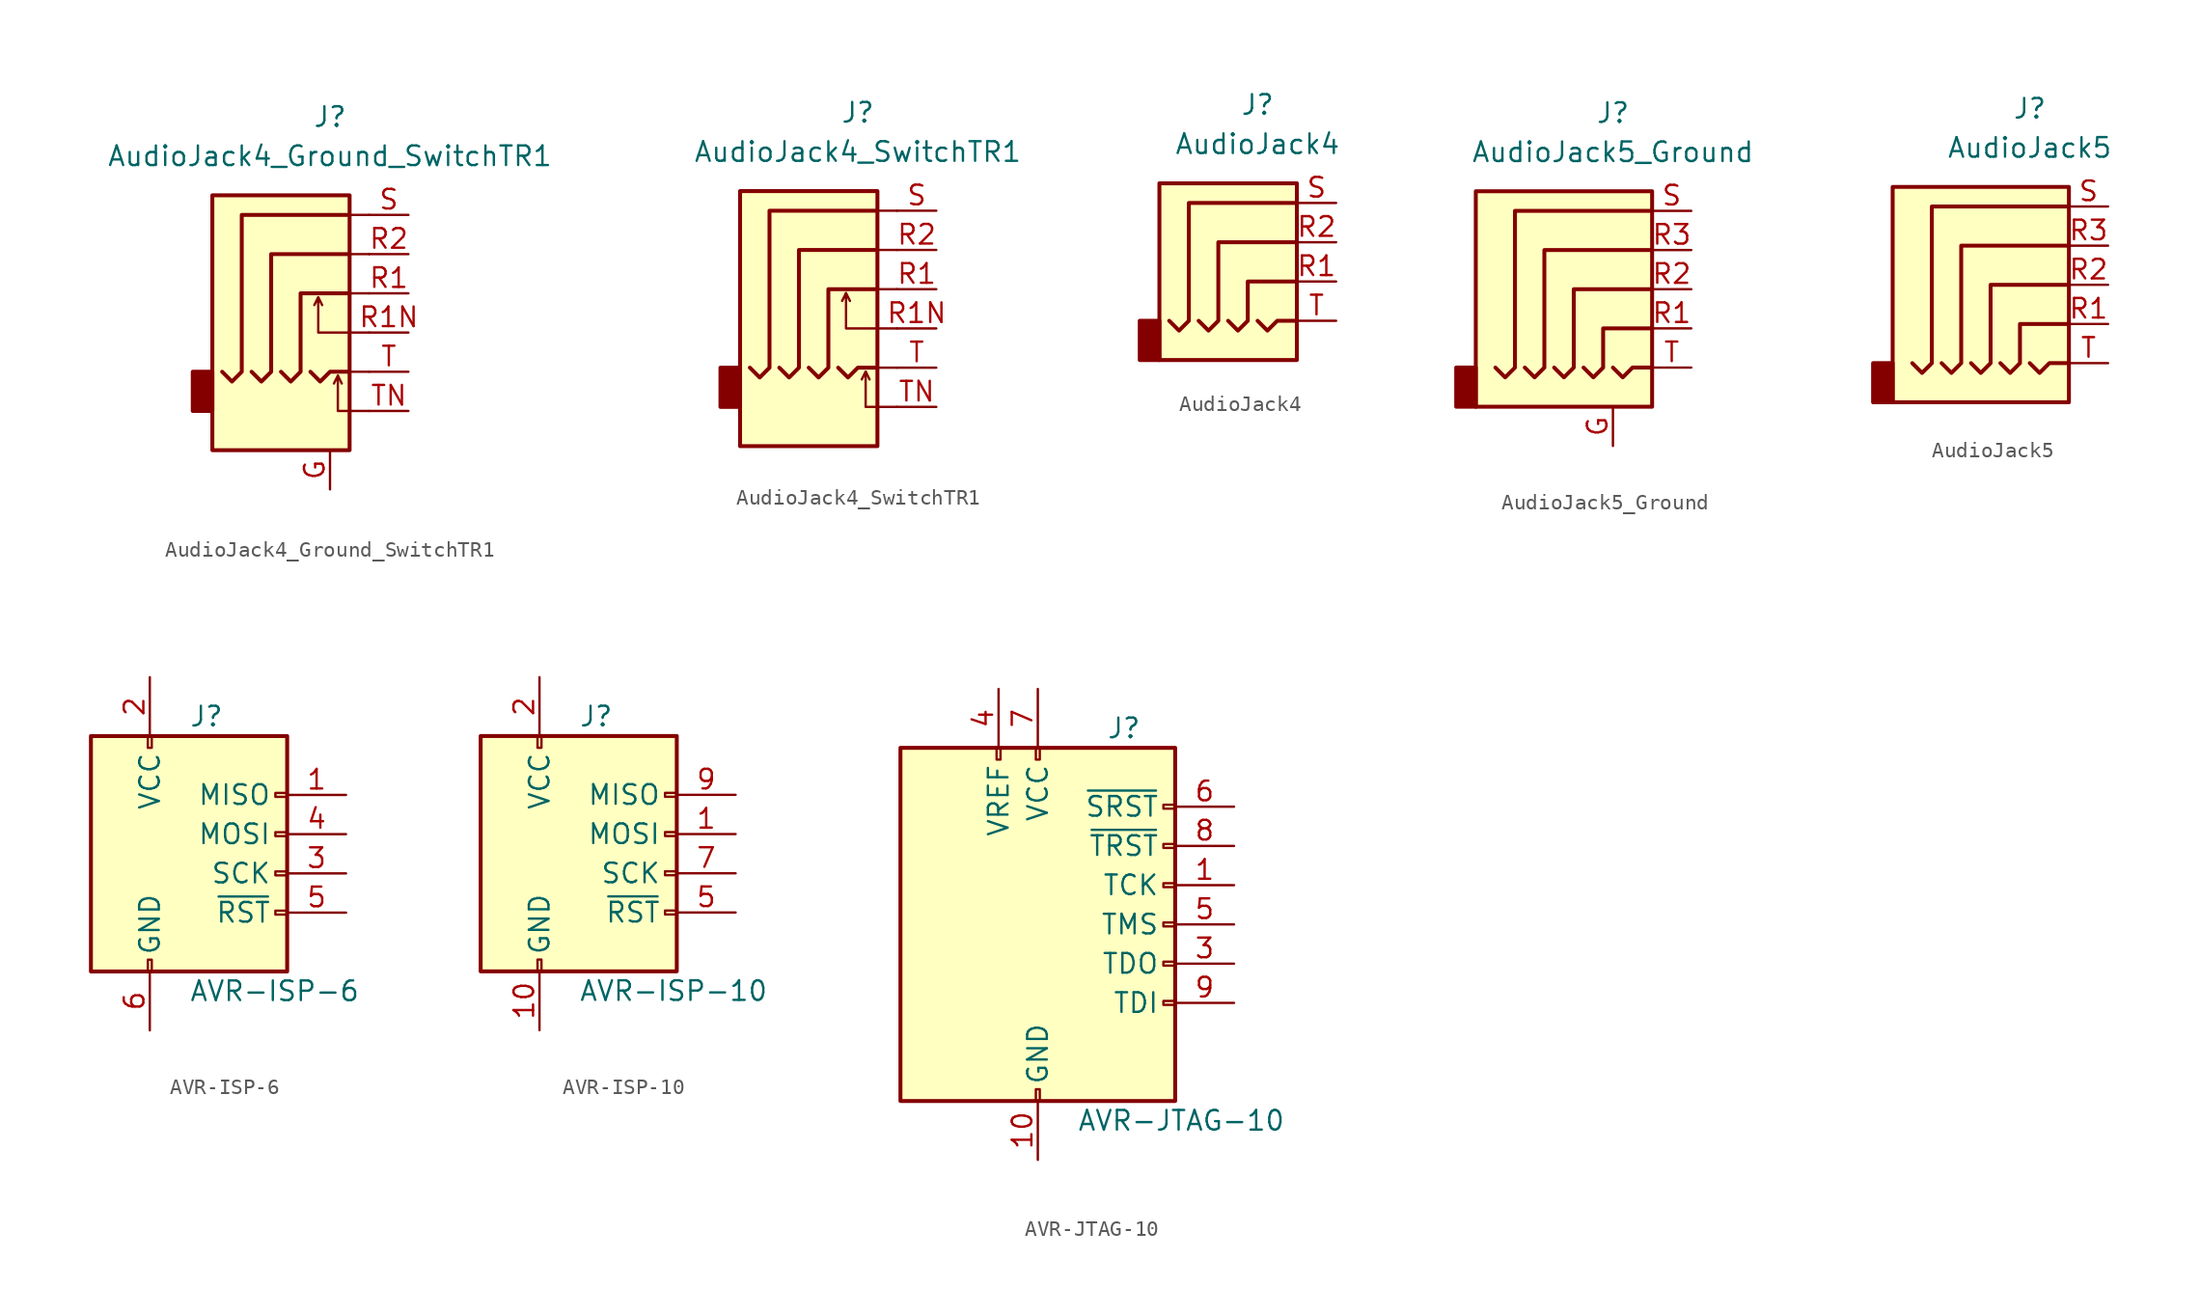
<source format=kicad_sym>
(kicad_symbol_lib
  (version 20201005)
  (generator kicad_symbol_editor)
  (symbol "AudioJack4_Ground_SwitchTR1"
    (property "Reference" "J"
      (at 0 11.43 0)
      (effects (font (size 1.27 1.27))))
    (property "Value" "AudioJack4_Ground_SwitchTR1"
      (at 0 8.89 0)
      (effects (font (size 1.27 1.27))))
    (symbol "AudioJack4_Ground_SwitchTR1_0_1"
      (rectangle (start -7.62 -5.08) (end -8.89 -7.62) (stroke (width 0.254)) (fill (type outline)))
      (rectangle (start 1.27 6.35) (end -7.62 -10.16) (stroke (width 0.254)) (fill (type background)))
      (polyline (pts (xy 1.27 2.54) (xy 2.54 2.54)) (stroke (width 0)) (fill (type none)))
      (polyline (pts (xy 2.54 -5.08) (xy 1.27 -5.08)) (stroke (width 0)) (fill (type none)))
      (polyline (pts (xy 2.54 0) (xy 1.27 0)) (stroke (width 0)) (fill (type none)))
      (polyline (pts (xy 2.54 5.08) (xy 1.27 5.08)) (stroke (width 0)) (fill (type none))))
    (symbol "AudioJack4_Ground_SwitchTR1_1_1"
      (polyline (pts (xy -0.762 -0.254) (xy -0.508 -0.762)) (stroke (width 0)) (fill (type none)))
      (polyline (pts (xy 0.508 -5.334) (xy 0.762 -5.842)) (stroke (width 0)) (fill (type none)))
      (polyline (pts (xy -1.27 -5.08) (xy -0.635 -5.715) (xy 0 -5.08) (xy 1.27 -5.08)) (stroke (width 0.254)) (fill (type none)))
      (polyline (pts (xy 2.54 -7.62) (xy 0.508 -7.62) (xy 0.508 -5.334) (xy 0.254 -5.842)) (stroke (width 0)) (fill (type none)))
      (polyline (pts (xy 2.54 -2.54) (xy -0.762 -2.54) (xy -0.762 -0.254) (xy -1.016 -0.762)) (stroke (width 0)) (fill (type none)))
      (polyline (pts (xy -3.175 -5.08) (xy -2.54 -5.715) (xy -1.905 -5.08) (xy -1.905 0) (xy 1.27 0)) (stroke (width 0.254)) (fill (type none)))
      (polyline (pts (xy 1.27 2.54) (xy -3.81 2.54) (xy -3.81 -5.08) (xy -4.445 -5.715) (xy -5.08 -5.08)) (stroke (width 0.254)) (fill (type none)))
      (polyline (pts (xy 1.27 5.08) (xy -5.715 5.08) (xy -5.715 -5.08) (xy -6.35 -5.715) (xy -6.985 -5.08)) (stroke (width 0.254)) (fill (type none)))
      (pin passive line (at 0 -12.7 90) (length 2.54) (name "~" (effects (font (size 1.27 1.27)))) (number "G" (effects (font (size 1.27 1.27)))))
      (pin passive line (at 5.08 0 180) (length 2.54) (name "~" (effects (font (size 1.27 1.27)))) (number "R1" (effects (font (size 1.27 1.27)))))
      (pin passive line (at 5.08 -2.54 180) (length 2.54) (name "~" (effects (font (size 1.27 1.27)))) (number "R1N" (effects (font (size 1.27 1.27)))))
      (pin passive line (at 5.08 2.54 180) (length 2.54) (name "~" (effects (font (size 1.27 1.27)))) (number "R2" (effects (font (size 1.27 1.27)))))
      (pin passive line (at 5.08 5.08 180) (length 2.54) (name "~" (effects (font (size 1.27 1.27)))) (number "S" (effects (font (size 1.27 1.27)))))
      (pin passive line (at 5.08 -5.08 180) (length 2.54) (name "~" (effects (font (size 1.27 1.27)))) (number "T" (effects (font (size 1.27 1.27)))))
      (pin passive line (at 5.08 -7.62 180) (length 2.54) (name "~" (effects (font (size 1.27 1.27)))) (number "TN" (effects (font (size 1.27 1.27)))))))
  (symbol "AudioJack4_SwitchTR1"
    (property "Reference" "J"
      (at 0 11.43 0)
      (effects (font (size 1.27 1.27))))
    (property "Value" "AudioJack4_SwitchTR1"
      (at 0 8.89 0)
      (effects (font (size 1.27 1.27))))
    (symbol "AudioJack4_SwitchTR1_0_1"
      (rectangle (start -7.62 -5.08) (end -8.89 -7.62) (stroke (width 0.254)) (fill (type outline)))
      (rectangle (start 1.27 6.35) (end -7.62 -10.16) (stroke (width 0.254)) (fill (type background)))
      (polyline (pts (xy 1.27 -5.08) (xy 2.54 -5.08)) (stroke (width 0)) (fill (type none)))
      (polyline (pts (xy 1.27 2.54) (xy 2.54 2.54)) (stroke (width 0)) (fill (type none)))
      (polyline (pts (xy 2.54 0) (xy 1.27 0)) (stroke (width 0)) (fill (type none)))
      (polyline (pts (xy 2.54 5.08) (xy 1.27 5.08)) (stroke (width 0)) (fill (type none))))
    (symbol "AudioJack4_SwitchTR1_1_1"
      (polyline (pts (xy -0.762 -0.254) (xy -0.508 -0.762)) (stroke (width 0)) (fill (type none)))
      (polyline (pts (xy 0.508 -5.334) (xy 0.762 -5.842)) (stroke (width 0)) (fill (type none)))
      (polyline (pts (xy -1.27 -5.08) (xy -0.635 -5.715) (xy 0 -5.08) (xy 1.27 -5.08)) (stroke (width 0.254)) (fill (type none)))
      (polyline (pts (xy 2.54 -7.62) (xy 0.508 -7.62) (xy 0.508 -5.334) (xy 0.254 -5.842)) (stroke (width 0)) (fill (type none)))
      (polyline (pts (xy 2.54 -2.54) (xy -0.762 -2.54) (xy -0.762 -0.254) (xy -1.016 -0.762)) (stroke (width 0)) (fill (type none)))
      (polyline (pts (xy -3.175 -5.08) (xy -2.54 -5.715) (xy -1.905 -5.08) (xy -1.905 0) (xy 1.27 0)) (stroke (width 0.254)) (fill (type none)))
      (polyline (pts (xy 1.27 2.54) (xy -3.81 2.54) (xy -3.81 -5.08) (xy -4.445 -5.715) (xy -5.08 -5.08)) (stroke (width 0.254)) (fill (type none)))
      (polyline (pts (xy 1.27 5.08) (xy -5.715 5.08) (xy -5.715 -5.08) (xy -6.35 -5.715) (xy -6.985 -5.08)) (stroke (width 0.254)) (fill (type none)))
      (pin passive line (at 5.08 0 180) (length 2.54) (name "~" (effects (font (size 1.27 1.27)))) (number "R1" (effects (font (size 1.27 1.27)))))
      (pin passive line (at 5.08 -2.54 180) (length 2.54) (name "~" (effects (font (size 1.27 1.27)))) (number "R1N" (effects (font (size 1.27 1.27)))))
      (pin passive line (at 5.08 2.54 180) (length 2.54) (name "~" (effects (font (size 1.27 1.27)))) (number "R2" (effects (font (size 1.27 1.27)))))
      (pin passive line (at 5.08 5.08 180) (length 2.54) (name "~" (effects (font (size 1.27 1.27)))) (number "S" (effects (font (size 1.27 1.27)))))
      (pin passive line (at 5.08 -5.08 180) (length 2.54) (name "~" (effects (font (size 1.27 1.27)))) (number "T" (effects (font (size 1.27 1.27)))))
      (pin passive line (at 5.08 -7.62 180) (length 2.54) (name "~" (effects (font (size 1.27 1.27)))) (number "TN" (effects (font (size 1.27 1.27)))))))
  (symbol "AudioJack4"
    (property "Reference" "J"
      (at 0 8.89 0)
      (effects (font (size 1.27 1.27))))
    (property "Value" "AudioJack4"
      (at 0 6.35 0)
      (effects (font (size 1.27 1.27))))
    (symbol "AudioJack4_0_1"
      (rectangle (start -6.35 -5.08) (end -7.62 -7.62) (stroke (width 0.254)) (fill (type outline)))
      (rectangle (start 2.54 3.81) (end -6.35 -7.62) (stroke (width 0.254)) (fill (type background)))
      (polyline (pts (xy 0 -5.08) (xy 0.635 -5.715) (xy 1.27 -5.08) (xy 2.54 -5.08)) (stroke (width 0.254)) (fill (type none)))
      (polyline (pts (xy -5.715 -5.08) (xy -5.08 -5.715) (xy -4.445 -5.08) (xy -4.445 2.54) (xy 2.54 2.54)) (stroke (width 0.254)) (fill (type none)))
      (polyline (pts (xy -1.905 -5.08) (xy -1.27 -5.715) (xy -0.635 -5.08) (xy -0.635 -2.54) (xy 2.54 -2.54)) (stroke (width 0.254)) (fill (type none)))
      (polyline (pts (xy 2.54 0) (xy -2.54 0) (xy -2.54 -5.08) (xy -3.175 -5.715) (xy -3.81 -5.08)) (stroke (width 0.254)) (fill (type none))))
    (symbol "AudioJack4_1_1"
      (pin passive line (at 5.08 -2.54 180) (length 2.54) (name "~" (effects (font (size 1.27 1.27)))) (number "R1" (effects (font (size 1.27 1.27)))))
      (pin passive line (at 5.08 0 180) (length 2.54) (name "~" (effects (font (size 1.27 1.27)))) (number "R2" (effects (font (size 1.27 1.27)))))
      (pin passive line (at 5.08 2.54 180) (length 2.54) (name "~" (effects (font (size 1.27 1.27)))) (number "S" (effects (font (size 1.27 1.27)))))
      (pin passive line (at 5.08 -5.08 180) (length 2.54) (name "~" (effects (font (size 1.27 1.27)))) (number "T" (effects (font (size 1.27 1.27)))))))
  (symbol "AudioJack5_Ground"
    (property "Reference" "J"
      (at 0 11.43 0)
      (effects (font (size 1.27 1.27))))
    (property "Value" "AudioJack5_Ground"
      (at 0 8.89 0)
      (effects (font (size 1.27 1.27))))
    (symbol "AudioJack5_Ground_0_1"
      (rectangle (start -8.89 -5.08) (end -10.16 -7.62) (stroke (width 0.254)) (fill (type outline)))
      (rectangle (start 2.54 6.35) (end -8.89 -7.62) (stroke (width 0.254)) (fill (type background)))
      (polyline (pts (xy 0 -5.08) (xy 0.635 -5.715) (xy 1.27 -5.08) (xy 2.54 -5.08)) (stroke (width 0.254)) (fill (type none)))
      (polyline (pts (xy -5.715 -5.08) (xy -5.08 -5.715) (xy -4.445 -5.08) (xy -4.445 2.54) (xy 2.54 2.54)) (stroke (width 0.254)) (fill (type none)))
      (polyline (pts (xy -1.905 -5.08) (xy -1.27 -5.715) (xy -0.635 -5.08) (xy -0.635 -2.54) (xy 2.54 -2.54)) (stroke (width 0.254)) (fill (type none)))
      (polyline (pts (xy 2.54 0) (xy -2.54 0) (xy -2.54 -5.08) (xy -3.175 -5.715) (xy -3.81 -5.08)) (stroke (width 0.254)) (fill (type none)))
      (polyline (pts (xy 2.54 5.08) (xy -6.35 5.08) (xy -6.35 -5.08) (xy -6.985 -5.715) (xy -7.62 -5.08)) (stroke (width 0.254)) (fill (type none))))
    (symbol "AudioJack5_Ground_1_1"
      (pin passive line (at 0 -10.16 90) (length 2.54) (name "~" (effects (font (size 1.27 1.27)))) (number "G" (effects (font (size 1.27 1.27)))))
      (pin passive line (at 5.08 -2.54 180) (length 2.54) (name "~" (effects (font (size 1.27 1.27)))) (number "R1" (effects (font (size 1.27 1.27)))))
      (pin passive line (at 5.08 0 180) (length 2.54) (name "~" (effects (font (size 1.27 1.27)))) (number "R2" (effects (font (size 1.27 1.27)))))
      (pin passive line (at 5.08 2.54 180) (length 2.54) (name "~" (effects (font (size 1.27 1.27)))) (number "R3" (effects (font (size 1.27 1.27)))))
      (pin passive line (at 5.08 5.08 180) (length 2.54) (name "~" (effects (font (size 1.27 1.27)))) (number "S" (effects (font (size 1.27 1.27)))))
      (pin passive line (at 5.08 -5.08 180) (length 2.54) (name "~" (effects (font (size 1.27 1.27)))) (number "T" (effects (font (size 1.27 1.27)))))))
  (symbol "AudioJack5"
    (property "Reference" "J"
      (at 0 11.43 0)
      (effects (font (size 1.27 1.27))))
    (property "Value" "AudioJack5"
      (at 0 8.89 0)
      (effects (font (size 1.27 1.27))))
    (symbol "AudioJack5_0_1"
      (rectangle (start -8.89 -5.08) (end -10.16 -7.62) (stroke (width 0.254)) (fill (type outline)))
      (rectangle (start 2.54 6.35) (end -8.89 -7.62) (stroke (width 0.254)) (fill (type background)))
      (polyline (pts (xy 0 -5.08) (xy 0.635 -5.715) (xy 1.27 -5.08) (xy 2.54 -5.08)) (stroke (width 0.254)) (fill (type none)))
      (polyline (pts (xy -5.715 -5.08) (xy -5.08 -5.715) (xy -4.445 -5.08) (xy -4.445 2.54) (xy 2.54 2.54)) (stroke (width 0.254)) (fill (type none)))
      (polyline (pts (xy -1.905 -5.08) (xy -1.27 -5.715) (xy -0.635 -5.08) (xy -0.635 -2.54) (xy 2.54 -2.54)) (stroke (width 0.254)) (fill (type none)))
      (polyline (pts (xy 2.54 0) (xy -2.54 0) (xy -2.54 -5.08) (xy -3.175 -5.715) (xy -3.81 -5.08)) (stroke (width 0.254)) (fill (type none)))
      (polyline (pts (xy 2.54 5.08) (xy -6.35 5.08) (xy -6.35 -5.08) (xy -6.985 -5.715) (xy -7.62 -5.08)) (stroke (width 0.254)) (fill (type none))))
    (symbol "AudioJack5_1_1"
      (pin passive line (at 5.08 -2.54 180) (length 2.54) (name "~" (effects (font (size 1.27 1.27)))) (number "R1" (effects (font (size 1.27 1.27)))))
      (pin passive line (at 5.08 0 180) (length 2.54) (name "~" (effects (font (size 1.27 1.27)))) (number "R2" (effects (font (size 1.27 1.27)))))
      (pin passive line (at 5.08 2.54 180) (length 2.54) (name "~" (effects (font (size 1.27 1.27)))) (number "R3" (effects (font (size 1.27 1.27)))))
      (pin passive line (at 5.08 5.08 180) (length 2.54) (name "~" (effects (font (size 1.27 1.27)))) (number "S" (effects (font (size 1.27 1.27)))))
      (pin passive line (at 5.08 -5.08 180) (length 2.54) (name "~" (effects (font (size 1.27 1.27)))) (number "T" (effects (font (size 1.27 1.27)))))))
  (symbol "AVR-ISP-6"
    (pin_names
      (offset 1.016))
    (property "Reference" "J"
      (at 0 10.16 0)
      (effects (font (size 1.27 1.27)) (justify left)))
    (property "Value" "AVR-ISP-6"
      (at 0 -7.62 0)
      (effects (font (size 1.27 1.27)) (justify left)))
    (symbol "AVR-ISP-6_0_1"
      (rectangle (start -2.667 -5.588) (end -2.413 -6.35) (stroke (width 0)) (fill (type none)))
      (rectangle (start -2.667 8.89) (end -2.413 8.128) (stroke (width 0)) (fill (type none)))
      (rectangle (start 6.35 -2.413) (end 5.588 -2.667) (stroke (width 0)) (fill (type none)))
      (rectangle (start 6.35 0.127) (end 5.588 -0.127) (stroke (width 0)) (fill (type none)))
      (rectangle (start 6.35 2.667) (end 5.588 2.413) (stroke (width 0)) (fill (type none)))
      (rectangle (start 6.35 5.207) (end 5.588 4.953) (stroke (width 0)) (fill (type none)))
      (rectangle (start 6.35 8.89) (end -6.35 -6.35) (stroke (width 0.254)) (fill (type background))))
    (symbol "AVR-ISP-6_1_1"
      (pin passive line (at 10.16 5.08 180) (length 3.81) (name "MISO" (effects (font (size 1.27 1.27)))) (number "1" (effects (font (size 1.27 1.27)))))
      (pin power_in line (at -2.54 12.7 270) (length 3.81) (name "VCC" (effects (font (size 1.27 1.27)))) (number "2" (effects (font (size 1.27 1.27)))))
      (pin passive line (at 10.16 0 180) (length 3.81) (name "SCK" (effects (font (size 1.27 1.27)))) (number "3" (effects (font (size 1.27 1.27)))))
      (pin passive line (at 10.16 2.54 180) (length 3.81) (name "MOSI" (effects (font (size 1.27 1.27)))) (number "4" (effects (font (size 1.27 1.27)))))
      (pin passive line (at 10.16 -2.54 180) (length 3.81) (name "~RST" (effects (font (size 1.27 1.27)))) (number "5" (effects (font (size 1.27 1.27)))))
      (pin power_in line (at -2.54 -10.16 90) (length 3.81) (name "GND" (effects (font (size 1.27 1.27)))) (number "6" (effects (font (size 1.27 1.27)))))))
  (symbol "AVR-ISP-10"
    (pin_names
      (offset 1.016))
    (property "Reference" "J"
      (at 0 10.16 0)
      (effects (font (size 1.27 1.27)) (justify left)))
    (property "Value" "AVR-ISP-10"
      (at 0 -7.62 0)
      (effects (font (size 1.27 1.27)) (justify left)))
    (symbol "AVR-ISP-10_0_1"
      (rectangle (start -2.667 -5.588) (end -2.413 -6.35) (stroke (width 0)) (fill (type none)))
      (rectangle (start -2.667 8.89) (end -2.413 8.128) (stroke (width 0)) (fill (type none)))
      (rectangle (start 6.35 -2.413) (end 5.588 -2.667) (stroke (width 0)) (fill (type none)))
      (rectangle (start 6.35 0.127) (end 5.588 -0.127) (stroke (width 0)) (fill (type none)))
      (rectangle (start 6.35 2.667) (end 5.588 2.413) (stroke (width 0)) (fill (type none)))
      (rectangle (start 6.35 5.207) (end 5.588 4.953) (stroke (width 0)) (fill (type none)))
      (rectangle (start 6.35 8.89) (end -6.35 -6.35) (stroke (width 0.254)) (fill (type background))))
    (symbol "AVR-ISP-10_1_1"
      (pin passive line (at 10.16 2.54 180) (length 3.81) (name "MOSI" (effects (font (size 1.27 1.27)))) (number "1" (effects (font (size 1.27 1.27)))))
      (pin power_in line (at -2.54 -10.16 90) (length 3.81) (name "GND" (effects (font (size 1.27 1.27)))) (number "10" (effects (font (size 1.27 1.27)))))
      (pin power_in line (at -2.54 12.7 270) (length 3.81) (name "VCC" (effects (font (size 1.27 1.27)))) (number "2" (effects (font (size 1.27 1.27)))))
      (pin no_connect line (at 5.08 -5.08 180) (length 3.81) hide (name "NC" (effects (font (size 1.27 1.27)))) (number "3" (effects (font (size 1.27 1.27)))))
      (pin passive line (at -2.54 -10.16 90) (length 3.81) hide (name "GND" (effects (font (size 1.27 1.27)))) (number "4" (effects (font (size 1.27 1.27)))))
      (pin passive line (at 10.16 -2.54 180) (length 3.81) (name "~RST" (effects (font (size 1.27 1.27)))) (number "5" (effects (font (size 1.27 1.27)))))
      (pin passive line (at -2.54 -10.16 90) (length 3.81) hide (name "GND" (effects (font (size 1.27 1.27)))) (number "6" (effects (font (size 1.27 1.27)))))
      (pin passive line (at 10.16 0 180) (length 3.81) (name "SCK" (effects (font (size 1.27 1.27)))) (number "7" (effects (font (size 1.27 1.27)))))
      (pin passive line (at -2.54 -10.16 90) (length 3.81) hide (name "GND" (effects (font (size 1.27 1.27)))) (number "8" (effects (font (size 1.27 1.27)))))
      (pin passive line (at 10.16 5.08 180) (length 3.81) (name "MISO" (effects (font (size 1.27 1.27)))) (number "9" (effects (font (size 1.27 1.27)))))))
  (symbol "AVR-JTAG-10"
    (pin_names
      (offset 1.016))
    (property "Reference" "J"
      (at 4.445 12.7 0)
      (effects (font (size 1.27 1.27)) (justify left)))
    (property "Value" "AVR-JTAG-10"
      (at 2.54 -12.7 0)
      (effects (font (size 1.27 1.27)) (justify left)))
    (symbol "AVR-JTAG-10_0_1"
      (rectangle (start -2.667 11.43) (end -2.413 10.668) (stroke (width 0)) (fill (type none)))
      (rectangle (start -0.127 -10.668) (end 0.127 -11.43) (stroke (width 0)) (fill (type none)))
      (rectangle (start -0.127 11.43) (end 0.127 10.668) (stroke (width 0)) (fill (type none)))
      (rectangle (start 8.89 -4.953) (end 8.128 -5.207) (stroke (width 0)) (fill (type none)))
      (rectangle (start 8.89 -2.413) (end 8.128 -2.667) (stroke (width 0)) (fill (type none)))
      (rectangle (start 8.89 0.127) (end 8.128 -0.127) (stroke (width 0)) (fill (type none)))
      (rectangle (start 8.89 2.667) (end 8.128 2.413) (stroke (width 0)) (fill (type none)))
      (rectangle (start 8.89 5.207) (end 8.128 4.953) (stroke (width 0)) (fill (type none)))
      (rectangle (start 8.89 7.747) (end 8.128 7.493) (stroke (width 0)) (fill (type none)))
      (rectangle (start 8.89 11.43) (end -8.89 -11.43) (stroke (width 0.254)) (fill (type background))))
    (symbol "AVR-JTAG-10_1_1"
      (pin passive line (at 12.7 2.54 180) (length 3.81) (name "TCK" (effects (font (size 1.27 1.27)))) (number "1" (effects (font (size 1.27 1.27)))))
      (pin power_in line (at 0 -15.24 90) (length 3.81) (name "GND" (effects (font (size 1.27 1.27)))) (number "10" (effects (font (size 1.27 1.27)))))
      (pin passive line (at 0 -15.24 90) (length 3.81) hide (name "GND" (effects (font (size 1.27 1.27)))) (number "2" (effects (font (size 1.27 1.27)))))
      (pin passive line (at 12.7 -2.54 180) (length 3.81) (name "TDO" (effects (font (size 1.27 1.27)))) (number "3" (effects (font (size 1.27 1.27)))))
      (pin passive line (at -2.54 15.24 270) (length 3.81) (name "VREF" (effects (font (size 1.27 1.27)))) (number "4" (effects (font (size 1.27 1.27)))))
      (pin passive line (at 12.7 0 180) (length 3.81) (name "TMS" (effects (font (size 1.27 1.27)))) (number "5" (effects (font (size 1.27 1.27)))))
      (pin passive line (at 12.7 7.62 180) (length 3.81) (name "~SRST" (effects (font (size 1.27 1.27)))) (number "6" (effects (font (size 1.27 1.27)))))
      (pin power_in line (at 0 15.24 270) (length 3.81) (name "VCC" (effects (font (size 1.27 1.27)))) (number "7" (effects (font (size 1.27 1.27)))))
      (pin passive line (at 12.7 5.08 180) (length 3.81) (name "~TRST" (effects (font (size 1.27 1.27)))) (number "8" (effects (font (size 1.27 1.27)))))
      (pin passive line (at 12.7 -5.08 180) (length 3.81) (name "TDI" (effects (font (size 1.27 1.27)))) (number "9" (effects (font (size 1.27 1.27))))))))
</source>
